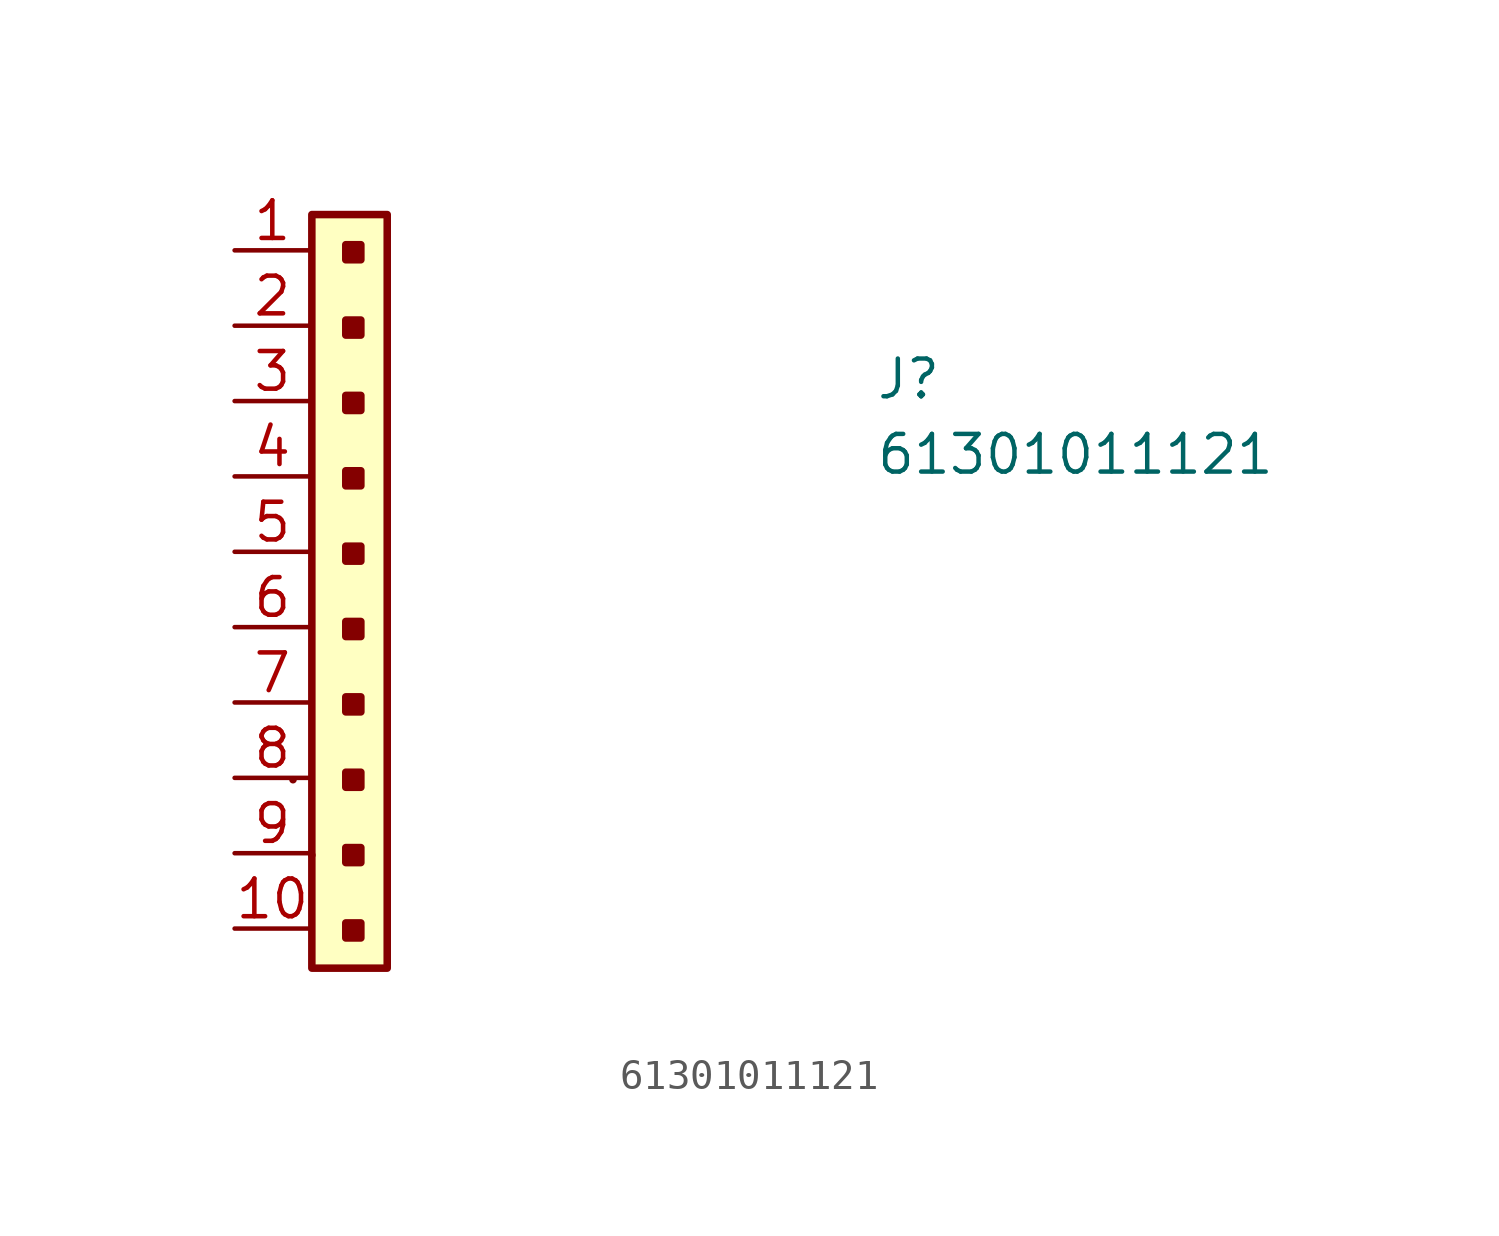
<source format=kicad_sym>
(kicad_symbol_lib
  (version 20211014)
  (generator kicad_symbol_editor)
  (symbol "61301011121"
    (property "Reference" "J"
      (at 21.59 -5.08 0)
      (effects (font (size 1.27 1.27) (thickness 0.15)) (justify left bottom)))
    (property "Value" "61301011121"
      (at 21.59 -7.62 0)
      (effects (font (size 1.27 1.27) (thickness 0.15)) (justify left bottom)))
    (symbol "61301011121_1_1"
      (rectangle (start 1.968 -17.843) (end 1.968 -17.843) (stroke (width 0.254) (type default) (color 0 0 0 0)) (fill (type background)))
      (rectangle (start 2.603 -20.384) (end 2.603 -20.384) (stroke (width 0.254) (type default) (color 0 0 0 0)) (fill (type background)))
      (rectangle (start 4.255 -23.177) (end 3.747 -22.669) (stroke (width 0.254) (type default) (color 0 0 0 0)) (fill (type outline)))
      (rectangle (start 4.255 -20.637) (end 3.747 -20.13) (stroke (width 0.254) (type default) (color 0 0 0 0)) (fill (type outline)))
      (rectangle (start 4.255 -18.098) (end 3.747 -17.59) (stroke (width 0.254) (type default) (color 0 0 0 0)) (fill (type outline)))
      (rectangle (start 4.255 -15.557) (end 3.747 -15.05) (stroke (width 0.254) (type default) (color 0 0 0 0)) (fill (type outline)))
      (rectangle (start 4.255 -13.018) (end 3.747 -12.509) (stroke (width 0.254) (type default) (color 0 0 0 0)) (fill (type outline)))
      (rectangle (start 4.255 -10.477) (end 3.747 -9.97) (stroke (width 0.254) (type default) (color 0 0 0 0)) (fill (type outline)))
      (rectangle (start 4.255 -7.938) (end 3.747 -7.429) (stroke (width 0.254) (type default) (color 0 0 0 0)) (fill (type outline)))
      (rectangle (start 4.255 -5.397) (end 3.747 -4.889) (stroke (width 0.254) (type default) (color 0 0 0 0)) (fill (type outline)))
      (rectangle (start 4.255 -2.857) (end 3.747 -2.349) (stroke (width 0.254) (type default) (color 0 0 0 0)) (fill (type outline)))
      (rectangle (start 4.255 -0.318) (end 3.747 0.191) (stroke (width 0.254) (type default) (color 0 0 0 0)) (fill (type outline)))
      (rectangle (start 5.144 -24.194) (end 2.603 1.206) (stroke (width 0.254) (type default) (color 0 0 0 0)) (fill (type background)))
      (pin passive line (at 0 0 0) (length 2.54) (name "~" (effects (font (size 1.27 1.27)))) (number "1" (effects (font (size 1.27 1.27)))))
      (pin passive line (at 0 -22.86 0) (length 2.54) (name "~" (effects (font (size 1.27 1.27)))) (number "10" (effects (font (size 1.27 1.27)))))
      (pin passive line (at 0 -2.54 0) (length 2.54) (name "~" (effects (font (size 1.27 1.27)))) (number "2" (effects (font (size 1.27 1.27)))))
      (pin passive line (at 0 -5.08 0) (length 2.54) (name "~" (effects (font (size 1.27 1.27)))) (number "3" (effects (font (size 1.27 1.27)))))
      (pin passive line (at 0 -7.62 0) (length 2.54) (name "~" (effects (font (size 1.27 1.27)))) (number "4" (effects (font (size 1.27 1.27)))))
      (pin passive line (at 0 -10.16 0) (length 2.54) (name "~" (effects (font (size 1.27 1.27)))) (number "5" (effects (font (size 1.27 1.27)))))
      (pin passive line (at 0 -12.7 0) (length 2.54) (name "~" (effects (font (size 1.27 1.27)))) (number "6" (effects (font (size 1.27 1.27)))))
      (pin passive line (at 0 -15.24 0) (length 2.54) (name "~" (effects (font (size 1.27 1.27)))) (number "7" (effects (font (size 1.27 1.27)))))
      (pin passive line (at 0 -17.78 0) (length 2.54) (name "~" (effects (font (size 1.27 1.27)))) (number "8" (effects (font (size 1.27 1.27)))))
      (pin passive line (at 0 -20.32 0) (length 2.54) (name "~" (effects (font (size 1.27 1.27)))) (number "9" (effects (font (size 1.27 1.27))))))))
</source>
